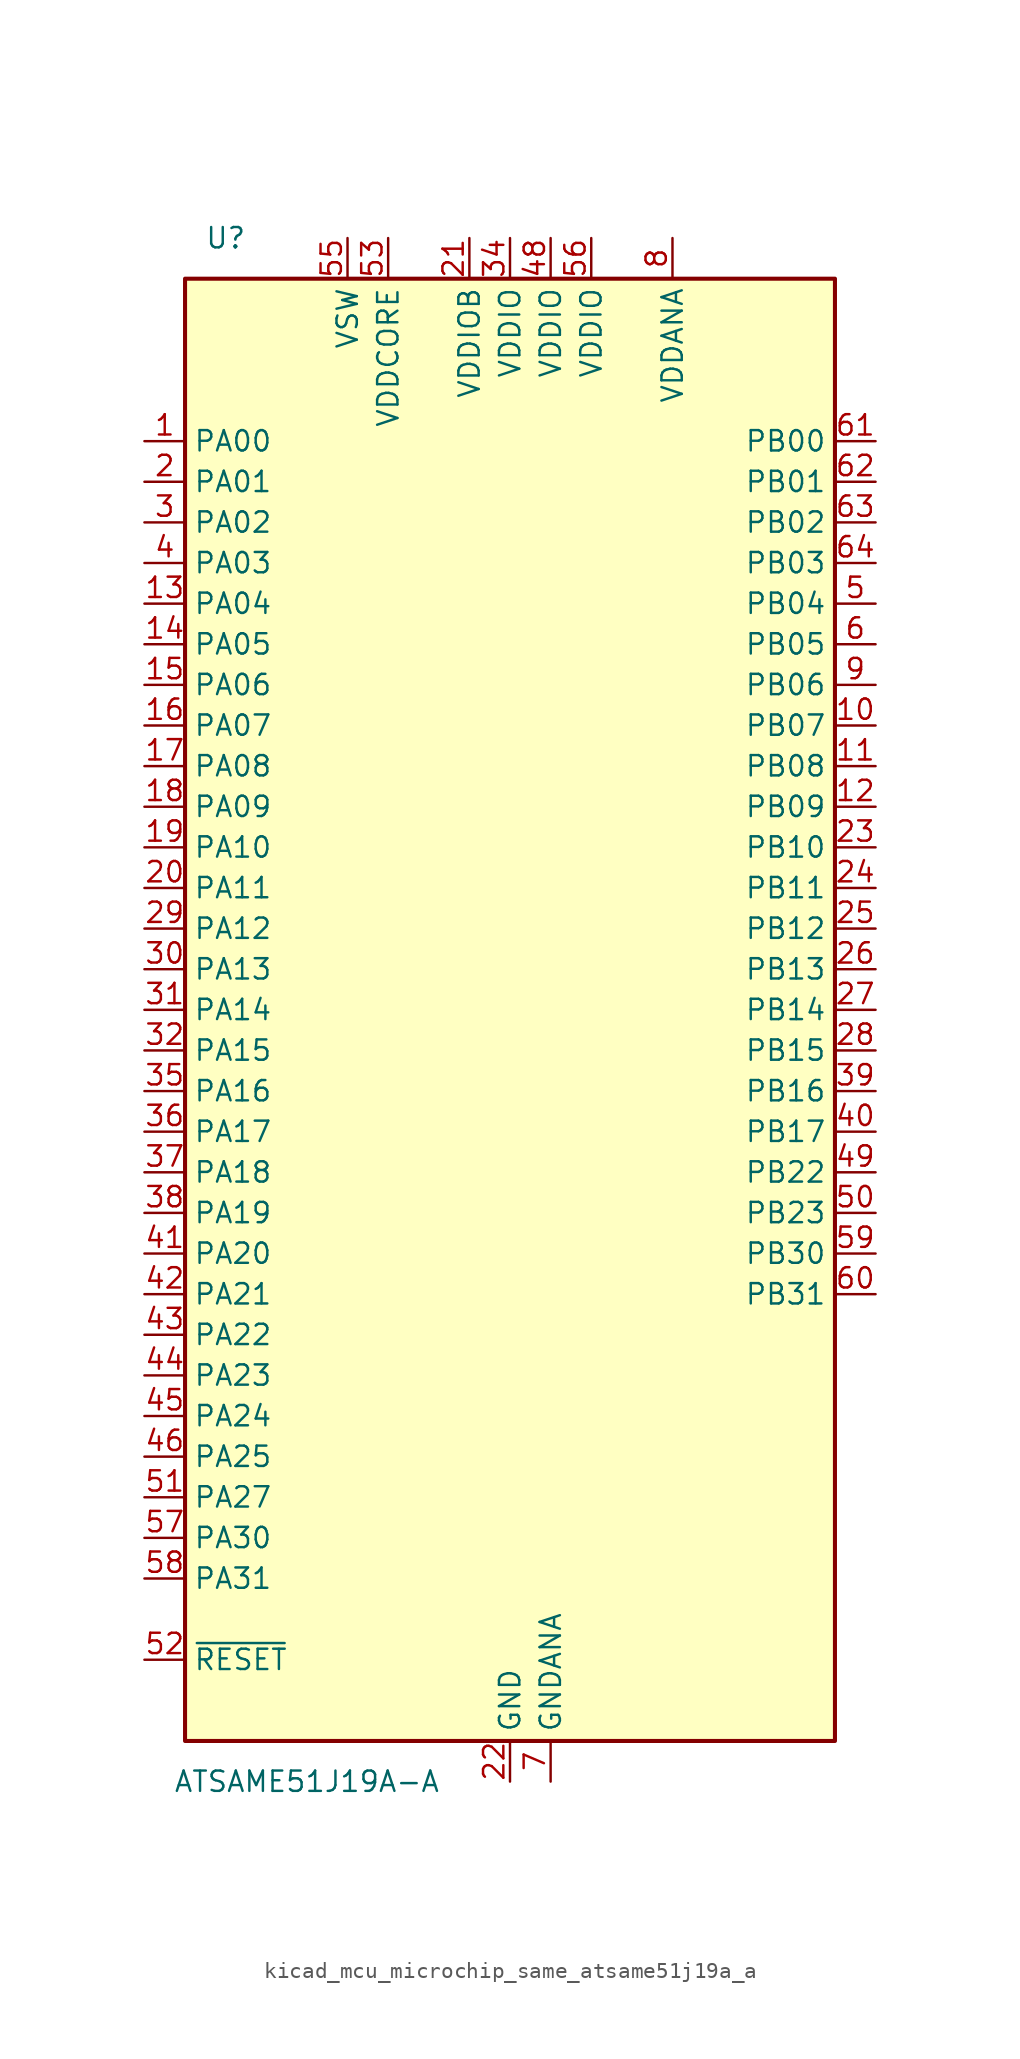
<source format=kicad_sym>
(kicad_symbol_lib
  (version 20220914)
  (generator kicad_symbol_editor)
  (symbol "kicad_mcu_microchip_same_atsame51j19a_a"
    (property "Reference" "U"
      (at -17.78 48.26 0)
      (effects (font (size 1.27 1.27))))
    (property "Value" "ATSAME51J19A-A"
      (at -12.7 -48.26 0)
      (effects (font (size 1.27 1.27))))
    (symbol "kicad_mcu_microchip_same_atsame51j19a_a_0_1"
      (rectangle (start -20.32 45.72) (end 20.32 -45.72) (stroke (width 0.254) (type default)) (fill (type background))))
    (symbol "kicad_mcu_microchip_same_atsame51j19a_a_1_0"
      (pin bidirectional line (at 22.86 27.94 180) (length 2.54) (name "PB03" (effects (font (size 1.27 1.27)))) (number "64" (effects (font (size 1.27 1.27))))))
    (symbol "kicad_mcu_microchip_same_atsame51j19a_a_1_1"
      (pin bidirectional line (at -22.86 35.56 0) (length 2.54) (name "PA00" (effects (font (size 1.27 1.27)))) (number "1" (effects (font (size 1.27 1.27)))))
      (pin bidirectional line (at 22.86 17.78 180) (length 2.54) (name "PB07" (effects (font (size 1.27 1.27)))) (number "10" (effects (font (size 1.27 1.27)))))
      (pin bidirectional line (at 22.86 15.24 180) (length 2.54) (name "PB08" (effects (font (size 1.27 1.27)))) (number "11" (effects (font (size 1.27 1.27)))))
      (pin bidirectional line (at 22.86 12.7 180) (length 2.54) (name "PB09" (effects (font (size 1.27 1.27)))) (number "12" (effects (font (size 1.27 1.27)))))
      (pin bidirectional line (at -22.86 25.4 0) (length 2.54) (name "PA04" (effects (font (size 1.27 1.27)))) (number "13" (effects (font (size 1.27 1.27)))))
      (pin bidirectional line (at -22.86 22.86 0) (length 2.54) (name "PA05" (effects (font (size 1.27 1.27)))) (number "14" (effects (font (size 1.27 1.27)))))
      (pin bidirectional line (at -22.86 20.32 0) (length 2.54) (name "PA06" (effects (font (size 1.27 1.27)))) (number "15" (effects (font (size 1.27 1.27)))))
      (pin bidirectional line (at -22.86 17.78 0) (length 2.54) (name "PA07" (effects (font (size 1.27 1.27)))) (number "16" (effects (font (size 1.27 1.27)))))
      (pin bidirectional line (at -22.86 15.24 0) (length 2.54) (name "PA08" (effects (font (size 1.27 1.27)))) (number "17" (effects (font (size 1.27 1.27)))))
      (pin bidirectional line (at -22.86 12.7 0) (length 2.54) (name "PA09" (effects (font (size 1.27 1.27)))) (number "18" (effects (font (size 1.27 1.27)))))
      (pin bidirectional line (at -22.86 10.16 0) (length 2.54) (name "PA10" (effects (font (size 1.27 1.27)))) (number "19" (effects (font (size 1.27 1.27)))))
      (pin bidirectional line (at -22.86 33.02 0) (length 2.54) (name "PA01" (effects (font (size 1.27 1.27)))) (number "2" (effects (font (size 1.27 1.27)))))
      (pin bidirectional line (at -22.86 7.62 0) (length 2.54) (name "PA11" (effects (font (size 1.27 1.27)))) (number "20" (effects (font (size 1.27 1.27)))))
      (pin power_in line (at -2.54 48.26 270) (length 2.54) (name "VDDIOB" (effects (font (size 1.27 1.27)))) (number "21" (effects (font (size 1.27 1.27)))))
      (pin power_in line (at 0 -48.26 90) (length 2.54) (name "GND" (effects (font (size 1.27 1.27)))) (number "22" (effects (font (size 1.27 1.27)))))
      (pin bidirectional line (at 22.86 10.16 180) (length 2.54) (name "PB10" (effects (font (size 1.27 1.27)))) (number "23" (effects (font (size 1.27 1.27)))))
      (pin bidirectional line (at 22.86 7.62 180) (length 2.54) (name "PB11" (effects (font (size 1.27 1.27)))) (number "24" (effects (font (size 1.27 1.27)))))
      (pin bidirectional line (at 22.86 5.08 180) (length 2.54) (name "PB12" (effects (font (size 1.27 1.27)))) (number "25" (effects (font (size 1.27 1.27)))))
      (pin bidirectional line (at 22.86 2.54 180) (length 2.54) (name "PB13" (effects (font (size 1.27 1.27)))) (number "26" (effects (font (size 1.27 1.27)))))
      (pin bidirectional line (at 22.86 0 180) (length 2.54) (name "PB14" (effects (font (size 1.27 1.27)))) (number "27" (effects (font (size 1.27 1.27)))))
      (pin bidirectional line (at 22.86 -2.54 180) (length 2.54) (name "PB15" (effects (font (size 1.27 1.27)))) (number "28" (effects (font (size 1.27 1.27)))))
      (pin bidirectional line (at -22.86 5.08 0) (length 2.54) (name "PA12" (effects (font (size 1.27 1.27)))) (number "29" (effects (font (size 1.27 1.27)))))
      (pin bidirectional line (at -22.86 30.48 0) (length 2.54) (name "PA02" (effects (font (size 1.27 1.27)))) (number "3" (effects (font (size 1.27 1.27)))))
      (pin bidirectional line (at -22.86 2.54 0) (length 2.54) (name "PA13" (effects (font (size 1.27 1.27)))) (number "30" (effects (font (size 1.27 1.27)))))
      (pin bidirectional line (at -22.86 0 0) (length 2.54) (name "PA14" (effects (font (size 1.27 1.27)))) (number "31" (effects (font (size 1.27 1.27)))))
      (pin bidirectional line (at -22.86 -2.54 0) (length 2.54) (name "PA15" (effects (font (size 1.27 1.27)))) (number "32" (effects (font (size 1.27 1.27)))))
      (pin passive line (at 0 -48.26 90) (length 2.54) hide (name "GND" (effects (font (size 1.27 1.27)))) (number "33" (effects (font (size 1.27 1.27)))))
      (pin power_in line (at 0 48.26 270) (length 2.54) (name "VDDIO" (effects (font (size 1.27 1.27)))) (number "34" (effects (font (size 1.27 1.27)))))
      (pin bidirectional line (at -22.86 -5.08 0) (length 2.54) (name "PA16" (effects (font (size 1.27 1.27)))) (number "35" (effects (font (size 1.27 1.27)))))
      (pin bidirectional line (at -22.86 -7.62 0) (length 2.54) (name "PA17" (effects (font (size 1.27 1.27)))) (number "36" (effects (font (size 1.27 1.27)))))
      (pin bidirectional line (at -22.86 -10.16 0) (length 2.54) (name "PA18" (effects (font (size 1.27 1.27)))) (number "37" (effects (font (size 1.27 1.27)))))
      (pin bidirectional line (at -22.86 -12.7 0) (length 2.54) (name "PA19" (effects (font (size 1.27 1.27)))) (number "38" (effects (font (size 1.27 1.27)))))
      (pin bidirectional line (at 22.86 -5.08 180) (length 2.54) (name "PB16" (effects (font (size 1.27 1.27)))) (number "39" (effects (font (size 1.27 1.27)))))
      (pin bidirectional line (at -22.86 27.94 0) (length 2.54) (name "PA03" (effects (font (size 1.27 1.27)))) (number "4" (effects (font (size 1.27 1.27)))))
      (pin bidirectional line (at 22.86 -7.62 180) (length 2.54) (name "PB17" (effects (font (size 1.27 1.27)))) (number "40" (effects (font (size 1.27 1.27)))))
      (pin bidirectional line (at -22.86 -15.24 0) (length 2.54) (name "PA20" (effects (font (size 1.27 1.27)))) (number "41" (effects (font (size 1.27 1.27)))))
      (pin bidirectional line (at -22.86 -17.78 0) (length 2.54) (name "PA21" (effects (font (size 1.27 1.27)))) (number "42" (effects (font (size 1.27 1.27)))))
      (pin bidirectional line (at -22.86 -20.32 0) (length 2.54) (name "PA22" (effects (font (size 1.27 1.27)))) (number "43" (effects (font (size 1.27 1.27)))))
      (pin bidirectional line (at -22.86 -22.86 0) (length 2.54) (name "PA23" (effects (font (size 1.27 1.27)))) (number "44" (effects (font (size 1.27 1.27)))))
      (pin bidirectional line (at -22.86 -25.4 0) (length 2.54) (name "PA24" (effects (font (size 1.27 1.27)))) (number "45" (effects (font (size 1.27 1.27)))))
      (pin bidirectional line (at -22.86 -27.94 0) (length 2.54) (name "PA25" (effects (font (size 1.27 1.27)))) (number "46" (effects (font (size 1.27 1.27)))))
      (pin passive line (at 0 -48.26 90) (length 2.54) hide (name "GND" (effects (font (size 1.27 1.27)))) (number "47" (effects (font (size 1.27 1.27)))))
      (pin power_in line (at 2.54 48.26 270) (length 2.54) (name "VDDIO" (effects (font (size 1.27 1.27)))) (number "48" (effects (font (size 1.27 1.27)))))
      (pin bidirectional line (at 22.86 -10.16 180) (length 2.54) (name "PB22" (effects (font (size 1.27 1.27)))) (number "49" (effects (font (size 1.27 1.27)))))
      (pin bidirectional line (at 22.86 25.4 180) (length 2.54) (name "PB04" (effects (font (size 1.27 1.27)))) (number "5" (effects (font (size 1.27 1.27)))))
      (pin bidirectional line (at 22.86 -12.7 180) (length 2.54) (name "PB23" (effects (font (size 1.27 1.27)))) (number "50" (effects (font (size 1.27 1.27)))))
      (pin bidirectional line (at -22.86 -30.48 0) (length 2.54) (name "PA27" (effects (font (size 1.27 1.27)))) (number "51" (effects (font (size 1.27 1.27)))))
      (pin input line (at -22.86 -40.64 0) (length 2.54) (name "~{RESET}" (effects (font (size 1.27 1.27)))) (number "52" (effects (font (size 1.27 1.27)))))
      (pin power_out line (at -7.62 48.26 270) (length 2.54) (name "VDDCORE" (effects (font (size 1.27 1.27)))) (number "53" (effects (font (size 1.27 1.27)))))
      (pin passive line (at 0 -48.26 90) (length 2.54) hide (name "GND" (effects (font (size 1.27 1.27)))) (number "54" (effects (font (size 1.27 1.27)))))
      (pin power_in line (at -10.16 48.26 270) (length 2.54) (name "VSW" (effects (font (size 1.27 1.27)))) (number "55" (effects (font (size 1.27 1.27)))))
      (pin power_in line (at 5.08 48.26 270) (length 2.54) (name "VDDIO" (effects (font (size 1.27 1.27)))) (number "56" (effects (font (size 1.27 1.27)))))
      (pin bidirectional line (at -22.86 -33.02 0) (length 2.54) (name "PA30" (effects (font (size 1.27 1.27)))) (number "57" (effects (font (size 1.27 1.27)))))
      (pin bidirectional line (at -22.86 -35.56 0) (length 2.54) (name "PA31" (effects (font (size 1.27 1.27)))) (number "58" (effects (font (size 1.27 1.27)))))
      (pin bidirectional line (at 22.86 -15.24 180) (length 2.54) (name "PB30" (effects (font (size 1.27 1.27)))) (number "59" (effects (font (size 1.27 1.27)))))
      (pin bidirectional line (at 22.86 22.86 180) (length 2.54) (name "PB05" (effects (font (size 1.27 1.27)))) (number "6" (effects (font (size 1.27 1.27)))))
      (pin bidirectional line (at 22.86 -17.78 180) (length 2.54) (name "PB31" (effects (font (size 1.27 1.27)))) (number "60" (effects (font (size 1.27 1.27)))))
      (pin bidirectional line (at 22.86 35.56 180) (length 2.54) (name "PB00" (effects (font (size 1.27 1.27)))) (number "61" (effects (font (size 1.27 1.27)))))
      (pin bidirectional line (at 22.86 33.02 180) (length 2.54) (name "PB01" (effects (font (size 1.27 1.27)))) (number "62" (effects (font (size 1.27 1.27)))))
      (pin bidirectional line (at 22.86 30.48 180) (length 2.54) (name "PB02" (effects (font (size 1.27 1.27)))) (number "63" (effects (font (size 1.27 1.27)))))
      (pin power_in line (at 2.54 -48.26 90) (length 2.54) (name "GNDANA" (effects (font (size 1.27 1.27)))) (number "7" (effects (font (size 1.27 1.27)))))
      (pin power_in line (at 10.16 48.26 270) (length 2.54) (name "VDDANA" (effects (font (size 1.27 1.27)))) (number "8" (effects (font (size 1.27 1.27)))))
      (pin bidirectional line (at 22.86 20.32 180) (length 2.54) (name "PB06" (effects (font (size 1.27 1.27)))) (number "9" (effects (font (size 1.27 1.27))))))))
</source>
